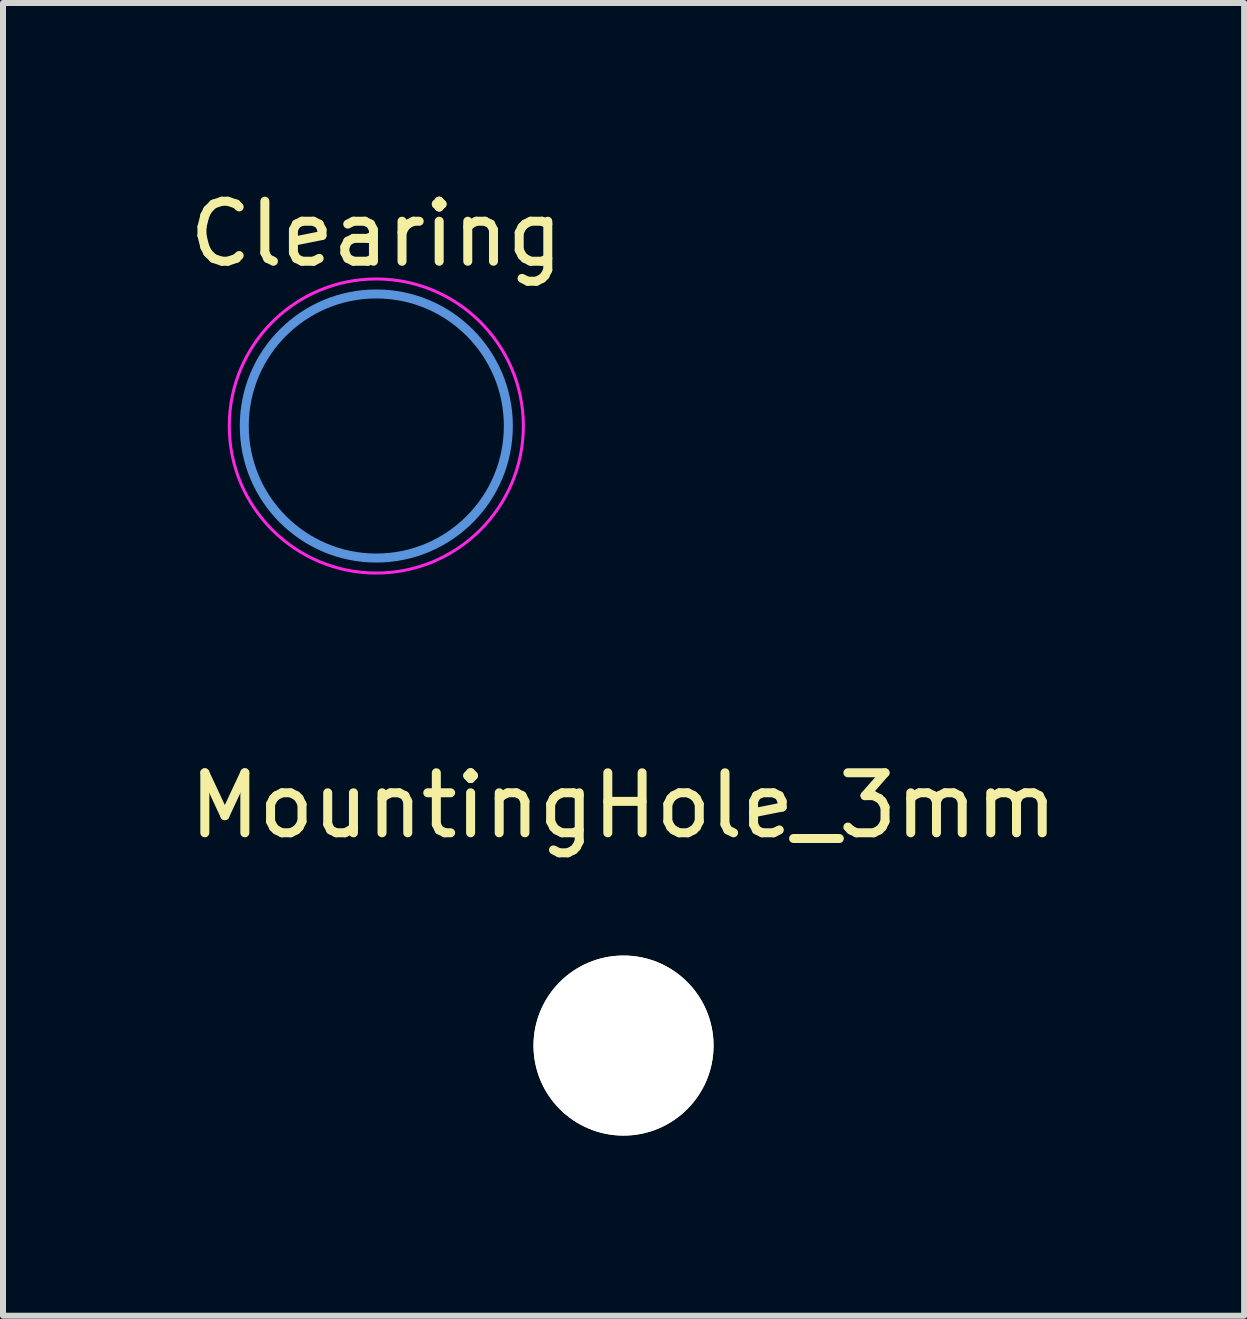
<source format=kicad_pcb>
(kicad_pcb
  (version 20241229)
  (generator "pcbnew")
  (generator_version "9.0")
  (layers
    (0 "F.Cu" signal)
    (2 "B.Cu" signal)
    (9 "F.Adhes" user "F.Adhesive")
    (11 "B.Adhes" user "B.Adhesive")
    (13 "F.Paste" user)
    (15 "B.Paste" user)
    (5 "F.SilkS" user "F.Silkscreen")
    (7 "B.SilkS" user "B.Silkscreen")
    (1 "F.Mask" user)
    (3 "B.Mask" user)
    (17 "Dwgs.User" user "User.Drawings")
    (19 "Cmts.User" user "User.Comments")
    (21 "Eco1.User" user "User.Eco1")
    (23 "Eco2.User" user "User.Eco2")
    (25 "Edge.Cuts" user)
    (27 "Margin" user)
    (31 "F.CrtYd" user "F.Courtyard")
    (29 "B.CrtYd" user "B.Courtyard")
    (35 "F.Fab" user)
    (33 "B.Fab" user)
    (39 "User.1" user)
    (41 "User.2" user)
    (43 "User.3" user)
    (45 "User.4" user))
  (footprint "Clearing"
    (layer "F.Cu")
    (at 3.22 4.048)
    (property "Reference" "Clearing" (at 0 -3.2 0) (layer "F.SilkS") (effects (font (size 1 1) (thickness 0.15))))
    (attr through_hole)
    (fp_circle (center 0 0) (end 2.2 0) (stroke (width 0.15) (type solid)) (fill no) (layer "Cmts.User"))
    (fp_circle (center 0 0) (end 2.45 0) (stroke (width 0.05) (type solid)) (fill no) (layer "F.CrtYd")))
  (footprint "MountingHole_3mm"
    (layer "F.Cu")
    (at 7.339 14.371)
    (property "Reference" "MountingHole_3mm" (at 0 -4 0) (layer "F.SilkS") (effects (font (size 1 1) (thickness 0.15))))
    (attr through_hole)
    (pad "" np_thru_hole circle (at 0 0) (size 3 3) (drill 3) (layers "*.Cu" "*.Mask" "F.SilkS")))
  (gr_rect
    (start -3 -3)
    (end 17.679 18.872)
    (stroke (width 0.1) (type default))
    (fill no)
    (layer "Edge.Cuts")))
</source>
